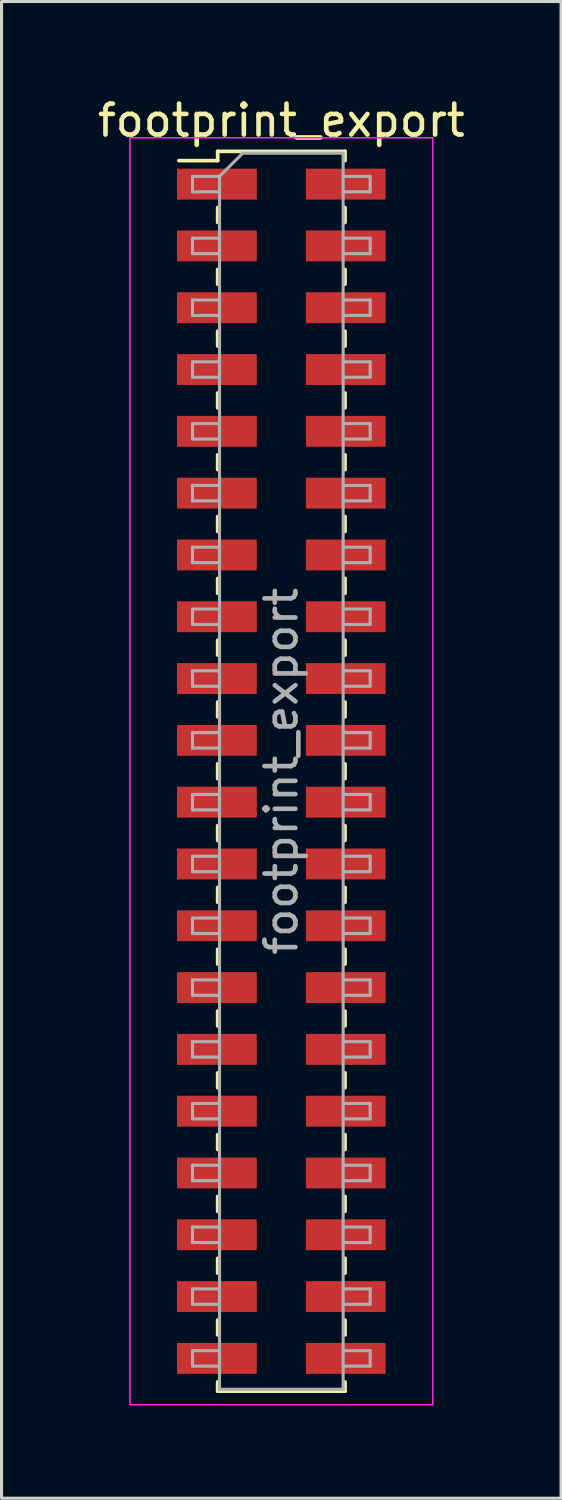
<source format=kicad_pcb>
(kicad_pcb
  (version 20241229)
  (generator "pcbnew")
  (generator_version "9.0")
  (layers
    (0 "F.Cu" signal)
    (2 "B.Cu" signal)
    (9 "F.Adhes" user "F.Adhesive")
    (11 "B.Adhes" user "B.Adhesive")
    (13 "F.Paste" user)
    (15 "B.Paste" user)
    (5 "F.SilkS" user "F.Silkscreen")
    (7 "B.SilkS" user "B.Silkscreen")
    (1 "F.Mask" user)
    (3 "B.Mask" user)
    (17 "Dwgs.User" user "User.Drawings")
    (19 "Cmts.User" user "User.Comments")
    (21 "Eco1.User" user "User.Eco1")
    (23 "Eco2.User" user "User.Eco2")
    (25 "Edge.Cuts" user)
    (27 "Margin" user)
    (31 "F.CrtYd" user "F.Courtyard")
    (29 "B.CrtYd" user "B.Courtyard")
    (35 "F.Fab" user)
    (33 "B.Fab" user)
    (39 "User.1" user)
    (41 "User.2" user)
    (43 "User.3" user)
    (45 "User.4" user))
  (footprint "footprint_export"
    (layer "F.Cu")
    (at 6.054 21.908)
    (property "Reference" "footprint_export" (at 0 -21.06 0) (layer "F.SilkS") (effects (font (size 1 1) (thickness 0.15))))
    (attr smd)
    (fp_line (start -3.315 -19.76) (end -2.06 -19.76) (stroke (width 0.12) (type solid)) (layer "F.SilkS"))
    (fp_line (start -2.06 -20.06) (end -2.06 -19.76) (stroke (width 0.12) (type solid)) (layer "F.SilkS"))
    (fp_line (start -2.06 -20.06) (end 2.06 -20.06) (stroke (width 0.12) (type solid)) (layer "F.SilkS"))
    (fp_line (start -2.06 -18.24) (end -2.06 -17.76) (stroke (width 0.12) (type solid)) (layer "F.SilkS"))
    (fp_line (start -2.06 -16.24) (end -2.06 -15.76) (stroke (width 0.12) (type solid)) (layer "F.SilkS"))
    (fp_line (start -2.06 -14.24) (end -2.06 -13.76) (stroke (width 0.12) (type solid)) (layer "F.SilkS"))
    (fp_line (start -2.06 -12.24) (end -2.06 -11.76) (stroke (width 0.12) (type solid)) (layer "F.SilkS"))
    (fp_line (start -2.06 -10.24) (end -2.06 -9.76) (stroke (width 0.12) (type solid)) (layer "F.SilkS"))
    (fp_line (start -2.06 -8.24) (end -2.06 -7.76) (stroke (width 0.12) (type solid)) (layer "F.SilkS"))
    (fp_line (start -2.06 -6.24) (end -2.06 -5.76) (stroke (width 0.12) (type solid)) (layer "F.SilkS"))
    (fp_line (start -2.06 -4.24) (end -2.06 -3.76) (stroke (width 0.12) (type solid)) (layer "F.SilkS"))
    (fp_line (start -2.06 -2.24) (end -2.06 -1.76) (stroke (width 0.12) (type solid)) (layer "F.SilkS"))
    (fp_line (start -2.06 -0.24) (end -2.06 0.24) (stroke (width 0.12) (type solid)) (layer "F.SilkS"))
    (fp_line (start -2.06 1.76) (end -2.06 2.24) (stroke (width 0.12) (type solid)) (layer "F.SilkS"))
    (fp_line (start -2.06 3.76) (end -2.06 4.24) (stroke (width 0.12) (type solid)) (layer "F.SilkS"))
    (fp_line (start -2.06 5.76) (end -2.06 6.24) (stroke (width 0.12) (type solid)) (layer "F.SilkS"))
    (fp_line (start -2.06 7.76) (end -2.06 8.24) (stroke (width 0.12) (type solid)) (layer "F.SilkS"))
    (fp_line (start -2.06 9.76) (end -2.06 10.24) (stroke (width 0.12) (type solid)) (layer "F.SilkS"))
    (fp_line (start -2.06 11.76) (end -2.06 12.24) (stroke (width 0.12) (type solid)) (layer "F.SilkS"))
    (fp_line (start -2.06 13.76) (end -2.06 14.24) (stroke (width 0.12) (type solid)) (layer "F.SilkS"))
    (fp_line (start -2.06 15.76) (end -2.06 16.24) (stroke (width 0.12) (type solid)) (layer "F.SilkS"))
    (fp_line (start -2.06 17.76) (end -2.06 18.24) (stroke (width 0.12) (type solid)) (layer "F.SilkS"))
    (fp_line (start -2.06 19.76) (end -2.06 20.06) (stroke (width 0.12) (type solid)) (layer "F.SilkS"))
    (fp_line (start -2.06 20.06) (end 2.06 20.06) (stroke (width 0.12) (type solid)) (layer "F.SilkS"))
    (fp_line (start 2.06 -20.06) (end 2.06 -19.76) (stroke (width 0.12) (type solid)) (layer "F.SilkS"))
    (fp_line (start 2.06 -18.24) (end 2.06 -17.76) (stroke (width 0.12) (type solid)) (layer "F.SilkS"))
    (fp_line (start 2.06 -16.24) (end 2.06 -15.76) (stroke (width 0.12) (type solid)) (layer "F.SilkS"))
    (fp_line (start 2.06 -14.24) (end 2.06 -13.76) (stroke (width 0.12) (type solid)) (layer "F.SilkS"))
    (fp_line (start 2.06 -12.24) (end 2.06 -11.76) (stroke (width 0.12) (type solid)) (layer "F.SilkS"))
    (fp_line (start 2.06 -10.24) (end 2.06 -9.76) (stroke (width 0.12) (type solid)) (layer "F.SilkS"))
    (fp_line (start 2.06 -8.24) (end 2.06 -7.76) (stroke (width 0.12) (type solid)) (layer "F.SilkS"))
    (fp_line (start 2.06 -6.24) (end 2.06 -5.76) (stroke (width 0.12) (type solid)) (layer "F.SilkS"))
    (fp_line (start 2.06 -4.24) (end 2.06 -3.76) (stroke (width 0.12) (type solid)) (layer "F.SilkS"))
    (fp_line (start 2.06 -2.24) (end 2.06 -1.76) (stroke (width 0.12) (type solid)) (layer "F.SilkS"))
    (fp_line (start 2.06 -0.24) (end 2.06 0.24) (stroke (width 0.12) (type solid)) (layer "F.SilkS"))
    (fp_line (start 2.06 1.76) (end 2.06 2.24) (stroke (width 0.12) (type solid)) (layer "F.SilkS"))
    (fp_line (start 2.06 3.76) (end 2.06 4.24) (stroke (width 0.12) (type solid)) (layer "F.SilkS"))
    (fp_line (start 2.06 5.76) (end 2.06 6.24) (stroke (width 0.12) (type solid)) (layer "F.SilkS"))
    (fp_line (start 2.06 7.76) (end 2.06 8.24) (stroke (width 0.12) (type solid)) (layer "F.SilkS"))
    (fp_line (start 2.06 9.76) (end 2.06 10.24) (stroke (width 0.12) (type solid)) (layer "F.SilkS"))
    (fp_line (start 2.06 11.76) (end 2.06 12.24) (stroke (width 0.12) (type solid)) (layer "F.SilkS"))
    (fp_line (start 2.06 13.76) (end 2.06 14.24) (stroke (width 0.12) (type solid)) (layer "F.SilkS"))
    (fp_line (start 2.06 15.76) (end 2.06 16.24) (stroke (width 0.12) (type solid)) (layer "F.SilkS"))
    (fp_line (start 2.06 17.76) (end 2.06 18.24) (stroke (width 0.12) (type solid)) (layer "F.SilkS"))
    (fp_line (start 2.06 19.76) (end 2.06 20.06) (stroke (width 0.12) (type solid)) (layer "F.SilkS"))
    (fp_line (start -4.9 -20.5) (end -4.9 20.5) (stroke (width 0.05) (type solid)) (layer "F.CrtYd"))
    (fp_line (start -4.9 20.5) (end 4.9 20.5) (stroke (width 0.05) (type solid)) (layer "F.CrtYd"))
    (fp_line (start 4.9 -20.5) (end -4.9 -20.5) (stroke (width 0.05) (type solid)) (layer "F.CrtYd"))
    (fp_line (start 4.9 20.5) (end 4.9 -20.5) (stroke (width 0.05) (type solid)) (layer "F.CrtYd"))
    (fp_line (start -2.875 -19.25) (end -2.875 -18.75) (stroke (width 0.1) (type solid)) (layer "F.Fab"))
    (fp_line (start -2.875 -18.75) (end -2 -18.75) (stroke (width 0.1) (type solid)) (layer "F.Fab"))
    (fp_line (start -2.875 -17.25) (end -2.875 -16.75) (stroke (width 0.1) (type solid)) (layer "F.Fab"))
    (fp_line (start -2.875 -16.75) (end -2 -16.75) (stroke (width 0.1) (type solid)) (layer "F.Fab"))
    (fp_line (start -2.875 -15.25) (end -2.875 -14.75) (stroke (width 0.1) (type solid)) (layer "F.Fab"))
    (fp_line (start -2.875 -14.75) (end -2 -14.75) (stroke (width 0.1) (type solid)) (layer "F.Fab"))
    (fp_line (start -2.875 -13.25) (end -2.875 -12.75) (stroke (width 0.1) (type solid)) (layer "F.Fab"))
    (fp_line (start -2.875 -12.75) (end -2 -12.75) (stroke (width 0.1) (type solid)) (layer "F.Fab"))
    (fp_line (start -2.875 -11.25) (end -2.875 -10.75) (stroke (width 0.1) (type solid)) (layer "F.Fab"))
    (fp_line (start -2.875 -10.75) (end -2 -10.75) (stroke (width 0.1) (type solid)) (layer "F.Fab"))
    (fp_line (start -2.875 -9.25) (end -2.875 -8.75) (stroke (width 0.1) (type solid)) (layer "F.Fab"))
    (fp_line (start -2.875 -8.75) (end -2 -8.75) (stroke (width 0.1) (type solid)) (layer "F.Fab"))
    (fp_line (start -2.875 -7.25) (end -2.875 -6.75) (stroke (width 0.1) (type solid)) (layer "F.Fab"))
    (fp_line (start -2.875 -6.75) (end -2 -6.75) (stroke (width 0.1) (type solid)) (layer "F.Fab"))
    (fp_line (start -2.875 -5.25) (end -2.875 -4.75) (stroke (width 0.1) (type solid)) (layer "F.Fab"))
    (fp_line (start -2.875 -4.75) (end -2 -4.75) (stroke (width 0.1) (type solid)) (layer "F.Fab"))
    (fp_line (start -2.875 -3.25) (end -2.875 -2.75) (stroke (width 0.1) (type solid)) (layer "F.Fab"))
    (fp_line (start -2.875 -2.75) (end -2 -2.75) (stroke (width 0.1) (type solid)) (layer "F.Fab"))
    (fp_line (start -2.875 -1.25) (end -2.875 -0.75) (stroke (width 0.1) (type solid)) (layer "F.Fab"))
    (fp_line (start -2.875 -0.75) (end -2 -0.75) (stroke (width 0.1) (type solid)) (layer "F.Fab"))
    (fp_line (start -2.875 0.75) (end -2.875 1.25) (stroke (width 0.1) (type solid)) (layer "F.Fab"))
    (fp_line (start -2.875 1.25) (end -2 1.25) (stroke (width 0.1) (type solid)) (layer "F.Fab"))
    (fp_line (start -2.875 2.75) (end -2.875 3.25) (stroke (width 0.1) (type solid)) (layer "F.Fab"))
    (fp_line (start -2.875 3.25) (end -2 3.25) (stroke (width 0.1) (type solid)) (layer "F.Fab"))
    (fp_line (start -2.875 4.75) (end -2.875 5.25) (stroke (width 0.1) (type solid)) (layer "F.Fab"))
    (fp_line (start -2.875 5.25) (end -2 5.25) (stroke (width 0.1) (type solid)) (layer "F.Fab"))
    (fp_line (start -2.875 6.75) (end -2.875 7.25) (stroke (width 0.1) (type solid)) (layer "F.Fab"))
    (fp_line (start -2.875 7.25) (end -2 7.25) (stroke (width 0.1) (type solid)) (layer "F.Fab"))
    (fp_line (start -2.875 8.75) (end -2.875 9.25) (stroke (width 0.1) (type solid)) (layer "F.Fab"))
    (fp_line (start -2.875 9.25) (end -2 9.25) (stroke (width 0.1) (type solid)) (layer "F.Fab"))
    (fp_line (start -2.875 10.75) (end -2.875 11.25) (stroke (width 0.1) (type solid)) (layer "F.Fab"))
    (fp_line (start -2.875 11.25) (end -2 11.25) (stroke (width 0.1) (type solid)) (layer "F.Fab"))
    (fp_line (start -2.875 12.75) (end -2.875 13.25) (stroke (width 0.1) (type solid)) (layer "F.Fab"))
    (fp_line (start -2.875 13.25) (end -2 13.25) (stroke (width 0.1) (type solid)) (layer "F.Fab"))
    (fp_line (start -2.875 14.75) (end -2.875 15.25) (stroke (width 0.1) (type solid)) (layer "F.Fab"))
    (fp_line (start -2.875 15.25) (end -2 15.25) (stroke (width 0.1) (type solid)) (layer "F.Fab"))
    (fp_line (start -2.875 16.75) (end -2.875 17.25) (stroke (width 0.1) (type solid)) (layer "F.Fab"))
    (fp_line (start -2.875 17.25) (end -2 17.25) (stroke (width 0.1) (type solid)) (layer "F.Fab"))
    (fp_line (start -2.875 18.75) (end -2.875 19.25) (stroke (width 0.1) (type solid)) (layer "F.Fab"))
    (fp_line (start -2.875 19.25) (end -2 19.25) (stroke (width 0.1) (type solid)) (layer "F.Fab"))
    (fp_line (start -2 -19.25) (end -2.875 -19.25) (stroke (width 0.1) (type solid)) (layer "F.Fab"))
    (fp_line (start -2 -19.25) (end -1.25 -20) (stroke (width 0.1) (type solid)) (layer "F.Fab"))
    (fp_line (start -2 -17.25) (end -2.875 -17.25) (stroke (width 0.1) (type solid)) (layer "F.Fab"))
    (fp_line (start -2 -15.25) (end -2.875 -15.25) (stroke (width 0.1) (type solid)) (layer "F.Fab"))
    (fp_line (start -2 -13.25) (end -2.875 -13.25) (stroke (width 0.1) (type solid)) (layer "F.Fab"))
    (fp_line (start -2 -11.25) (end -2.875 -11.25) (stroke (width 0.1) (type solid)) (layer "F.Fab"))
    (fp_line (start -2 -9.25) (end -2.875 -9.25) (stroke (width 0.1) (type solid)) (layer "F.Fab"))
    (fp_line (start -2 -7.25) (end -2.875 -7.25) (stroke (width 0.1) (type solid)) (layer "F.Fab"))
    (fp_line (start -2 -5.25) (end -2.875 -5.25) (stroke (width 0.1) (type solid)) (layer "F.Fab"))
    (fp_line (start -2 -3.25) (end -2.875 -3.25) (stroke (width 0.1) (type solid)) (layer "F.Fab"))
    (fp_line (start -2 -1.25) (end -2.875 -1.25) (stroke (width 0.1) (type solid)) (layer "F.Fab"))
    (fp_line (start -2 0.75) (end -2.875 0.75) (stroke (width 0.1) (type solid)) (layer "F.Fab"))
    (fp_line (start -2 2.75) (end -2.875 2.75) (stroke (width 0.1) (type solid)) (layer "F.Fab"))
    (fp_line (start -2 4.75) (end -2.875 4.75) (stroke (width 0.1) (type solid)) (layer "F.Fab"))
    (fp_line (start -2 6.75) (end -2.875 6.75) (stroke (width 0.1) (type solid)) (layer "F.Fab"))
    (fp_line (start -2 8.75) (end -2.875 8.75) (stroke (width 0.1) (type solid)) (layer "F.Fab"))
    (fp_line (start -2 10.75) (end -2.875 10.75) (stroke (width 0.1) (type solid)) (layer "F.Fab"))
    (fp_line (start -2 12.75) (end -2.875 12.75) (stroke (width 0.1) (type solid)) (layer "F.Fab"))
    (fp_line (start -2 14.75) (end -2.875 14.75) (stroke (width 0.1) (type solid)) (layer "F.Fab"))
    (fp_line (start -2 16.75) (end -2.875 16.75) (stroke (width 0.1) (type solid)) (layer "F.Fab"))
    (fp_line (start -2 18.75) (end -2.875 18.75) (stroke (width 0.1) (type solid)) (layer "F.Fab"))
    (fp_line (start -2 20) (end -2 -19.25) (stroke (width 0.1) (type solid)) (layer "F.Fab"))
    (fp_line (start -1.25 -20) (end 2 -20) (stroke (width 0.1) (type solid)) (layer "F.Fab"))
    (fp_line (start 2 -20) (end 2 20) (stroke (width 0.1) (type solid)) (layer "F.Fab"))
    (fp_line (start 2 -19.25) (end 2.875 -19.25) (stroke (width 0.1) (type solid)) (layer "F.Fab"))
    (fp_line (start 2 -17.25) (end 2.875 -17.25) (stroke (width 0.1) (type solid)) (layer "F.Fab"))
    (fp_line (start 2 -15.25) (end 2.875 -15.25) (stroke (width 0.1) (type solid)) (layer "F.Fab"))
    (fp_line (start 2 -13.25) (end 2.875 -13.25) (stroke (width 0.1) (type solid)) (layer "F.Fab"))
    (fp_line (start 2 -11.25) (end 2.875 -11.25) (stroke (width 0.1) (type solid)) (layer "F.Fab"))
    (fp_line (start 2 -9.25) (end 2.875 -9.25) (stroke (width 0.1) (type solid)) (layer "F.Fab"))
    (fp_line (start 2 -7.25) (end 2.875 -7.25) (stroke (width 0.1) (type solid)) (layer "F.Fab"))
    (fp_line (start 2 -5.25) (end 2.875 -5.25) (stroke (width 0.1) (type solid)) (layer "F.Fab"))
    (fp_line (start 2 -3.25) (end 2.875 -3.25) (stroke (width 0.1) (type solid)) (layer "F.Fab"))
    (fp_line (start 2 -1.25) (end 2.875 -1.25) (stroke (width 0.1) (type solid)) (layer "F.Fab"))
    (fp_line (start 2 0.75) (end 2.875 0.75) (stroke (width 0.1) (type solid)) (layer "F.Fab"))
    (fp_line (start 2 2.75) (end 2.875 2.75) (stroke (width 0.1) (type solid)) (layer "F.Fab"))
    (fp_line (start 2 4.75) (end 2.875 4.75) (stroke (width 0.1) (type solid)) (layer "F.Fab"))
    (fp_line (start 2 6.75) (end 2.875 6.75) (stroke (width 0.1) (type solid)) (layer "F.Fab"))
    (fp_line (start 2 8.75) (end 2.875 8.75) (stroke (width 0.1) (type solid)) (layer "F.Fab"))
    (fp_line (start 2 10.75) (end 2.875 10.75) (stroke (width 0.1) (type solid)) (layer "F.Fab"))
    (fp_line (start 2 12.75) (end 2.875 12.75) (stroke (width 0.1) (type solid)) (layer "F.Fab"))
    (fp_line (start 2 14.75) (end 2.875 14.75) (stroke (width 0.1) (type solid)) (layer "F.Fab"))
    (fp_line (start 2 16.75) (end 2.875 16.75) (stroke (width 0.1) (type solid)) (layer "F.Fab"))
    (fp_line (start 2 18.75) (end 2.875 18.75) (stroke (width 0.1) (type solid)) (layer "F.Fab"))
    (fp_line (start 2 20) (end -2 20) (stroke (width 0.1) (type solid)) (layer "F.Fab"))
    (fp_line (start 2.875 -19.25) (end 2.875 -18.75) (stroke (width 0.1) (type solid)) (layer "F.Fab"))
    (fp_line (start 2.875 -18.75) (end 2 -18.75) (stroke (width 0.1) (type solid)) (layer "F.Fab"))
    (fp_line (start 2.875 -17.25) (end 2.875 -16.75) (stroke (width 0.1) (type solid)) (layer "F.Fab"))
    (fp_line (start 2.875 -16.75) (end 2 -16.75) (stroke (width 0.1) (type solid)) (layer "F.Fab"))
    (fp_line (start 2.875 -15.25) (end 2.875 -14.75) (stroke (width 0.1) (type solid)) (layer "F.Fab"))
    (fp_line (start 2.875 -14.75) (end 2 -14.75) (stroke (width 0.1) (type solid)) (layer "F.Fab"))
    (fp_line (start 2.875 -13.25) (end 2.875 -12.75) (stroke (width 0.1) (type solid)) (layer "F.Fab"))
    (fp_line (start 2.875 -12.75) (end 2 -12.75) (stroke (width 0.1) (type solid)) (layer "F.Fab"))
    (fp_line (start 2.875 -11.25) (end 2.875 -10.75) (stroke (width 0.1) (type solid)) (layer "F.Fab"))
    (fp_line (start 2.875 -10.75) (end 2 -10.75) (stroke (width 0.1) (type solid)) (layer "F.Fab"))
    (fp_line (start 2.875 -9.25) (end 2.875 -8.75) (stroke (width 0.1) (type solid)) (layer "F.Fab"))
    (fp_line (start 2.875 -8.75) (end 2 -8.75) (stroke (width 0.1) (type solid)) (layer "F.Fab"))
    (fp_line (start 2.875 -7.25) (end 2.875 -6.75) (stroke (width 0.1) (type solid)) (layer "F.Fab"))
    (fp_line (start 2.875 -6.75) (end 2 -6.75) (stroke (width 0.1) (type solid)) (layer "F.Fab"))
    (fp_line (start 2.875 -5.25) (end 2.875 -4.75) (stroke (width 0.1) (type solid)) (layer "F.Fab"))
    (fp_line (start 2.875 -4.75) (end 2 -4.75) (stroke (width 0.1) (type solid)) (layer "F.Fab"))
    (fp_line (start 2.875 -3.25) (end 2.875 -2.75) (stroke (width 0.1) (type solid)) (layer "F.Fab"))
    (fp_line (start 2.875 -2.75) (end 2 -2.75) (stroke (width 0.1) (type solid)) (layer "F.Fab"))
    (fp_line (start 2.875 -1.25) (end 2.875 -0.75) (stroke (width 0.1) (type solid)) (layer "F.Fab"))
    (fp_line (start 2.875 -0.75) (end 2 -0.75) (stroke (width 0.1) (type solid)) (layer "F.Fab"))
    (fp_line (start 2.875 0.75) (end 2.875 1.25) (stroke (width 0.1) (type solid)) (layer "F.Fab"))
    (fp_line (start 2.875 1.25) (end 2 1.25) (stroke (width 0.1) (type solid)) (layer "F.Fab"))
    (fp_line (start 2.875 2.75) (end 2.875 3.25) (stroke (width 0.1) (type solid)) (layer "F.Fab"))
    (fp_line (start 2.875 3.25) (end 2 3.25) (stroke (width 0.1) (type solid)) (layer "F.Fab"))
    (fp_line (start 2.875 4.75) (end 2.875 5.25) (stroke (width 0.1) (type solid)) (layer "F.Fab"))
    (fp_line (start 2.875 5.25) (end 2 5.25) (stroke (width 0.1) (type solid)) (layer "F.Fab"))
    (fp_line (start 2.875 6.75) (end 2.875 7.25) (stroke (width 0.1) (type solid)) (layer "F.Fab"))
    (fp_line (start 2.875 7.25) (end 2 7.25) (stroke (width 0.1) (type solid)) (layer "F.Fab"))
    (fp_line (start 2.875 8.75) (end 2.875 9.25) (stroke (width 0.1) (type solid)) (layer "F.Fab"))
    (fp_line (start 2.875 9.25) (end 2 9.25) (stroke (width 0.1) (type solid)) (layer "F.Fab"))
    (fp_line (start 2.875 10.75) (end 2.875 11.25) (stroke (width 0.1) (type solid)) (layer "F.Fab"))
    (fp_line (start 2.875 11.25) (end 2 11.25) (stroke (width 0.1) (type solid)) (layer "F.Fab"))
    (fp_line (start 2.875 12.75) (end 2.875 13.25) (stroke (width 0.1) (type solid)) (layer "F.Fab"))
    (fp_line (start 2.875 13.25) (end 2 13.25) (stroke (width 0.1) (type solid)) (layer "F.Fab"))
    (fp_line (start 2.875 14.75) (end 2.875 15.25) (stroke (width 0.1) (type solid)) (layer "F.Fab"))
    (fp_line (start 2.875 15.25) (end 2 15.25) (stroke (width 0.1) (type solid)) (layer "F.Fab"))
    (fp_line (start 2.875 16.75) (end 2.875 17.25) (stroke (width 0.1) (type solid)) (layer "F.Fab"))
    (fp_line (start 2.875 17.25) (end 2 17.25) (stroke (width 0.1) (type solid)) (layer "F.Fab"))
    (fp_line (start 2.875 18.75) (end 2.875 19.25) (stroke (width 0.1) (type solid)) (layer "F.Fab"))
    (fp_line (start 2.875 19.25) (end 2 19.25) (stroke (width 0.1) (type solid)) (layer "F.Fab"))
    (fp_text user "${REFERENCE}" (at 0 0 90) (layer "F.Fab") (effects (font (size 1 1) (thickness 0.15))))
    (pad "1" smd rect (at -2.085 -19) (size 2.58 1) (layers "F.Cu" "F.Mask" "F.Paste"))
    (pad "2" smd rect (at 2.085 -19) (size 2.58 1) (layers "F.Cu" "F.Mask" "F.Paste"))
    (pad "3" smd rect (at -2.085 -17) (size 2.58 1) (layers "F.Cu" "F.Mask" "F.Paste"))
    (pad "4" smd rect (at 2.085 -17) (size 2.58 1) (layers "F.Cu" "F.Mask" "F.Paste"))
    (pad "5" smd rect (at -2.085 -15) (size 2.58 1) (layers "F.Cu" "F.Mask" "F.Paste"))
    (pad "6" smd rect (at 2.085 -15) (size 2.58 1) (layers "F.Cu" "F.Mask" "F.Paste"))
    (pad "7" smd rect (at -2.085 -13) (size 2.58 1) (layers "F.Cu" "F.Mask" "F.Paste"))
    (pad "8" smd rect (at 2.085 -13) (size 2.58 1) (layers "F.Cu" "F.Mask" "F.Paste"))
    (pad "9" smd rect (at -2.085 -11) (size 2.58 1) (layers "F.Cu" "F.Mask" "F.Paste"))
    (pad "10" smd rect (at 2.085 -11) (size 2.58 1) (layers "F.Cu" "F.Mask" "F.Paste"))
    (pad "11" smd rect (at -2.085 -9) (size 2.58 1) (layers "F.Cu" "F.Mask" "F.Paste"))
    (pad "12" smd rect (at 2.085 -9) (size 2.58 1) (layers "F.Cu" "F.Mask" "F.Paste"))
    (pad "13" smd rect (at -2.085 -7) (size 2.58 1) (layers "F.Cu" "F.Mask" "F.Paste"))
    (pad "14" smd rect (at 2.085 -7) (size 2.58 1) (layers "F.Cu" "F.Mask" "F.Paste"))
    (pad "15" smd rect (at -2.085 -5) (size 2.58 1) (layers "F.Cu" "F.Mask" "F.Paste"))
    (pad "16" smd rect (at 2.085 -5) (size 2.58 1) (layers "F.Cu" "F.Mask" "F.Paste"))
    (pad "17" smd rect (at -2.085 -3) (size 2.58 1) (layers "F.Cu" "F.Mask" "F.Paste"))
    (pad "18" smd rect (at 2.085 -3) (size 2.58 1) (layers "F.Cu" "F.Mask" "F.Paste"))
    (pad "19" smd rect (at -2.085 -1) (size 2.58 1) (layers "F.Cu" "F.Mask" "F.Paste"))
    (pad "20" smd rect (at 2.085 -1) (size 2.58 1) (layers "F.Cu" "F.Mask" "F.Paste"))
    (pad "21" smd rect (at -2.085 1) (size 2.58 1) (layers "F.Cu" "F.Mask" "F.Paste"))
    (pad "22" smd rect (at 2.085 1) (size 2.58 1) (layers "F.Cu" "F.Mask" "F.Paste"))
    (pad "23" smd rect (at -2.085 3) (size 2.58 1) (layers "F.Cu" "F.Mask" "F.Paste"))
    (pad "24" smd rect (at 2.085 3) (size 2.58 1) (layers "F.Cu" "F.Mask" "F.Paste"))
    (pad "25" smd rect (at -2.085 5) (size 2.58 1) (layers "F.Cu" "F.Mask" "F.Paste"))
    (pad "26" smd rect (at 2.085 5) (size 2.58 1) (layers "F.Cu" "F.Mask" "F.Paste"))
    (pad "27" smd rect (at -2.085 7) (size 2.58 1) (layers "F.Cu" "F.Mask" "F.Paste"))
    (pad "28" smd rect (at 2.085 7) (size 2.58 1) (layers "F.Cu" "F.Mask" "F.Paste"))
    (pad "29" smd rect (at -2.085 9) (size 2.58 1) (layers "F.Cu" "F.Mask" "F.Paste"))
    (pad "30" smd rect (at 2.085 9) (size 2.58 1) (layers "F.Cu" "F.Mask" "F.Paste"))
    (pad "31" smd rect (at -2.085 11) (size 2.58 1) (layers "F.Cu" "F.Mask" "F.Paste"))
    (pad "32" smd rect (at 2.085 11) (size 2.58 1) (layers "F.Cu" "F.Mask" "F.Paste"))
    (pad "33" smd rect (at -2.085 13) (size 2.58 1) (layers "F.Cu" "F.Mask" "F.Paste"))
    (pad "34" smd rect (at 2.085 13) (size 2.58 1) (layers "F.Cu" "F.Mask" "F.Paste"))
    (pad "35" smd rect (at -2.085 15) (size 2.58 1) (layers "F.Cu" "F.Mask" "F.Paste"))
    (pad "36" smd rect (at 2.085 15) (size 2.58 1) (layers "F.Cu" "F.Mask" "F.Paste"))
    (pad "37" smd rect (at -2.085 17) (size 2.58 1) (layers "F.Cu" "F.Mask" "F.Paste"))
    (pad "38" smd rect (at 2.085 17) (size 2.58 1) (layers "F.Cu" "F.Mask" "F.Paste"))
    (pad "39" smd rect (at -2.085 19) (size 2.58 1) (layers "F.Cu" "F.Mask" "F.Paste"))
    (pad "40" smd rect (at 2.085 19) (size 2.58 1) (layers "F.Cu" "F.Mask" "F.Paste")))
  (gr_rect
    (start -3 -3)
    (end 15.107 45.433)
    (stroke (width 0.1) (type default))
    (fill no)
    (layer "Edge.Cuts")))
</source>
